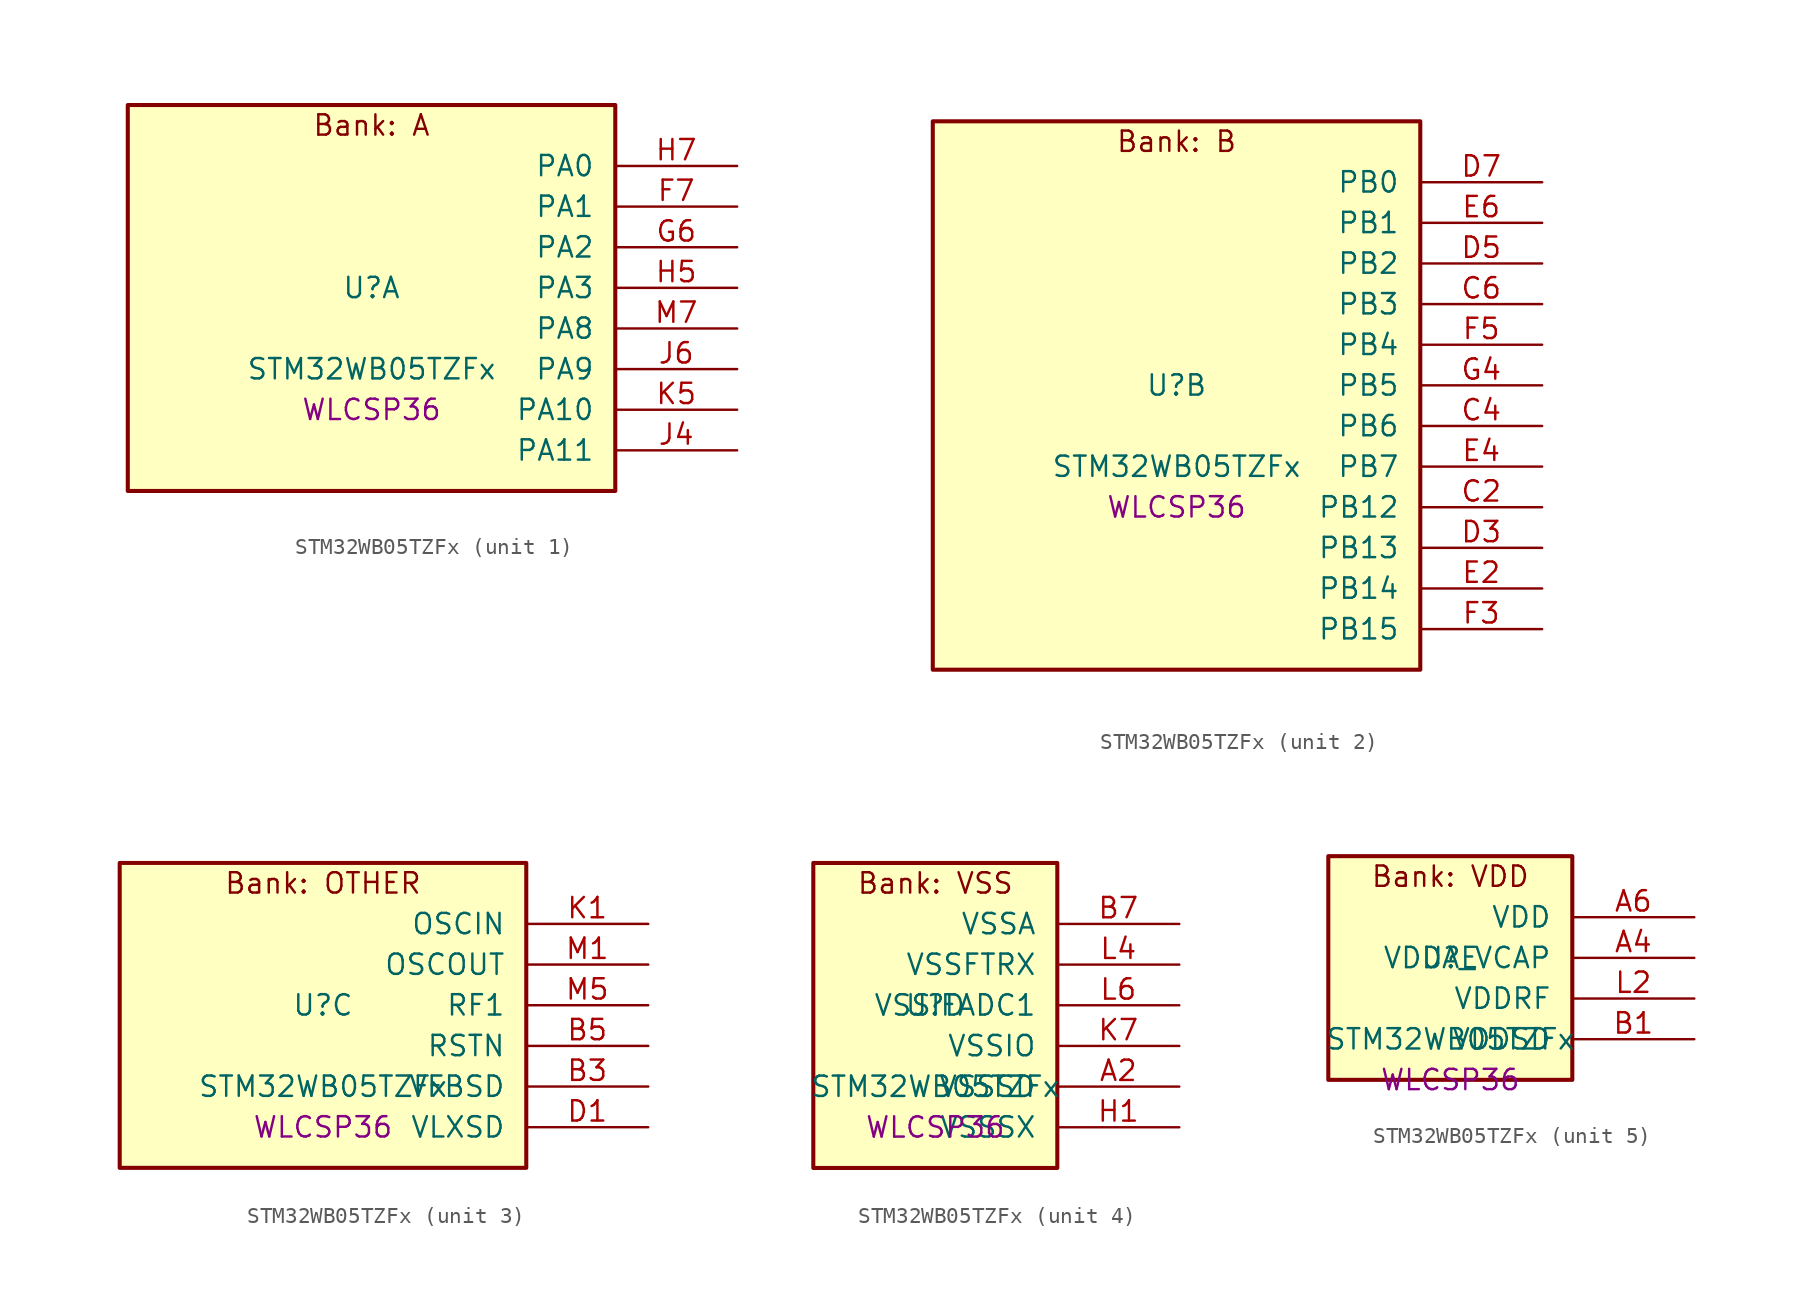
<source format=kicad_sym>
(kicad_symbol_lib
  (version 20241209)
  (generator "stm32_pkl_generator")
  (generator_version "1.0")
  (symbol "STM32WB05TZFx"
    (pin_names
      (offset 1.27))
    (property "Reference" "U"
      (at 0 2.54 0))
    (property "Value" "STM32WB05TZFx"
      (at 0 -2.54 0))
    (property "Footprint" "WLCSP36"
      (at 0 -5.08 0))
    (symbol "STM32WB05TZFx_1_1"
      (rectangle (start -15.24 13.97) (end 15.24 -10.16) (stroke (width 0.254) (type solid)) (fill (type background)))
      (text "Bank: A" (at 0 12.7 0))
      (pin bidirectional line (at 22.86 10.16 180) (length 7.62) (name "PA0") (number "H7") (alternate "PA0/I2C1_SCL" bidirectional line) (alternate "PA0/IR_OUT" bidirectional line) (alternate "PA0/PWR_WKUP12" bidirectional line) (alternate "PA0/TIM2_CH3" bidirectional line) (alternate "PA0/USART1_CTS" bidirectional line))
      (pin bidirectional line (at 22.86 7.62 180) (length 7.62) (name "PA1") (number "F7") (alternate "PA1/I2C1_SDA" bidirectional line) (alternate "PA1/IR_OUT" bidirectional line) (alternate "PA1/PWR_WKUP13" bidirectional line) (alternate "PA1/TIM2_CH4" bidirectional line) (alternate "PA1/USART1_TX" bidirectional line))
      (pin bidirectional line (at 22.86 5.08 180) (length 7.62) (name "PA2") (number "G6") (alternate "PA2/ADC1_VINM2" bidirectional line) (alternate "PA2/DEBUG_SWDIO" bidirectional line) (alternate "PA2/I2S3_MCK" bidirectional line) (alternate "PA2/PWR_WKUP14" bidirectional line) (alternate "PA2/TIM16_CH1" bidirectional line) (alternate "PA2/TIM2_CH1" bidirectional line) (alternate "PA2/USART1_CK" bidirectional line))
      (pin bidirectional line (at 22.86 2.54 180) (length 7.62) (name "PA3") (number "H5") (alternate "PA3/ADC1_VINP2" bidirectional line) (alternate "PA3/DEBUG_SWCLK" bidirectional line) (alternate "PA3/I2S3_SCK" bidirectional line) (alternate "PA3/PWR_WKUP15" bidirectional line) (alternate "PA3/SPI3_SCK" bidirectional line) (alternate "PA3/TIM16_CH1N" bidirectional line) (alternate "PA3/TIM2_CH2" bidirectional line) (alternate "PA3/USART1_DE" bidirectional line) (alternate "PA3/USART1_RTS" bidirectional line))
      (pin bidirectional line (at 22.86 0 180) (length 7.62) (name "PA8") (number "M7") (alternate "PA8/PWR_WKUP8" bidirectional line) (alternate "PA8/RADIO_RX_SEQUENCE" bidirectional line) (alternate "PA8/RTC_OUT" bidirectional line) (alternate "PA8/SPI3_MISO" bidirectional line) (alternate "PA8/TIM16_BK" bidirectional line) (alternate "PA8/TIM2_CH3" bidirectional line) (alternate "PA8/USART1_RX" bidirectional line))
      (pin bidirectional line (at 22.86 -2.54 180) (length 7.62) (name "PA9") (number "J6") (alternate "PA9/I2S3_WS" bidirectional line) (alternate "PA9/PWR_WKUP9" bidirectional line) (alternate "PA9/RTC_OUT" bidirectional line) (alternate "PA9/SPI3_NSS" bidirectional line) (alternate "PA9/TIM17_CH1" bidirectional line) (alternate "PA9/TIM2_CH4" bidirectional line) (alternate "PA9/USART1_TX" bidirectional line))
      (pin bidirectional line (at 22.86 -5.08 180) (length 7.62) (name "PA10") (number "K5") (alternate "PA10/I2S3_MCK" bidirectional line) (alternate "PA10/LPUART1_CTS" bidirectional line) (alternate "PA10/PWR_WKUP10" bidirectional line) (alternate "PA10/RADIO_TX_SEQUENCE" bidirectional line) (alternate "PA10/RCC_LCO" bidirectional line) (alternate "PA10/TIM17_CH1N" bidirectional line))
      (pin bidirectional line (at 22.86 -7.62 180) (length 7.62) (name "PA11") (number "J4") (alternate "PA11/I2S3_SD" bidirectional line) (alternate "PA11/PWR_WKUP11" bidirectional line) (alternate "PA11/RADIO_RX_SEQUENCE" bidirectional line) (alternate "PA11/RCC_MCO" bidirectional line) (alternate "PA11/SPI3_MOSI" bidirectional line) (alternate "PA11/TIM17_BK" bidirectional line)))
    (symbol "STM32WB05TZFx_2_1"
      (rectangle (start -15.24 19.05) (end 15.24 -15.24) (stroke (width 0.254) (type solid)) (fill (type background)))
      (text "Bank: B" (at 0 17.78 0))
      (pin bidirectional line (at 22.86 15.24 180) (length 7.62) (name "PB0") (number "D7") (alternate "PB0/ADC1_VINM1" bidirectional line) (alternate "PB0/LPUART1_DE" bidirectional line) (alternate "PB0/LPUART1_RTS" bidirectional line) (alternate "PB0/PWR_WKUP0" bidirectional line) (alternate "PB0/RADIO_ANTENNA_ID_0" bidirectional line) (alternate "PB0/TIM16_CH1" bidirectional line) (alternate "PB0/USART1_RX" bidirectional line))
      (pin bidirectional line (at 22.86 12.7 180) (length 7.62) (name "PB1") (number "E6") (alternate "PB1/ADC1_VINP1" bidirectional line) (alternate "PB1/PWR_WKUP1" bidirectional line) (alternate "PB1/RADIO_ANTENNA_ID_1" bidirectional line) (alternate "PB1/TIM16_CH1N" bidirectional line) (alternate "PB1/TIM2_ETR" bidirectional line) (alternate "PB1/USART1_CK" bidirectional line))
      (pin bidirectional line (at 22.86 10.16 180) (length 7.62) (name "PB2") (number "D5") (alternate "PB2/ADC1_VINM0" bidirectional line) (alternate "PB2/PWR_WKUP2" bidirectional line) (alternate "PB2/RADIO_ANTENNA_ID_2" bidirectional line) (alternate "PB2/TIM16_BK" bidirectional line) (alternate "PB2/TIM2_CH3" bidirectional line) (alternate "PB2/USART1_DE" bidirectional line) (alternate "PB2/USART1_RTS" bidirectional line))
      (pin bidirectional line (at 22.86 7.62 180) (length 7.62) (name "PB3") (number "C6") (alternate "PB3/ADC1_VINP0" bidirectional line) (alternate "PB3/I2S3_SCK" bidirectional line) (alternate "PB3/LPUART1_TX" bidirectional line) (alternate "PB3/PWR_WKUP3" bidirectional line) (alternate "PB3/RADIO_ANTENNA_ID_3" bidirectional line) (alternate "PB3/SPI3_SCK" bidirectional line) (alternate "PB3/TIM17_CH1" bidirectional line) (alternate "PB3/TIM2_CH4" bidirectional line) (alternate "PB3/USART1_CTS" bidirectional line))
      (pin bidirectional line (at 22.86 5.08 180) (length 7.62) (name "PB4") (number "F5") (alternate "PB4/ADC1_VINM3" bidirectional line) (alternate "PB4/LPUART1_TX" bidirectional line) (alternate "PB4/PWR_WKUP4" bidirectional line) (alternate "PB4/RADIO_ANTENNA_ID_4" bidirectional line) (alternate "PB4/TIM17_CH1N" bidirectional line) (alternate "PB4/TIM2_CH1" bidirectional line))
      (pin bidirectional line (at 22.86 2.54 180) (length 7.62) (name "PB5") (number "G4") (alternate "PB5/ADC1_VINP3" bidirectional line) (alternate "PB5/LPUART1_RX" bidirectional line) (alternate "PB5/PWR_WKUP5" bidirectional line) (alternate "PB5/RADIO_ANTENNA_ID_5" bidirectional line) (alternate "PB5/TIM17_BK" bidirectional line) (alternate "PB5/TIM2_CH2" bidirectional line))
      (pin bidirectional line (at 22.86 0 180) (length 7.62) (name "PB6") (number "C4") (alternate "PB6/I2C1_SCL" bidirectional line) (alternate "PB6/LPUART1_TX" bidirectional line) (alternate "PB6/PWR_WKUP6" bidirectional line) (alternate "PB6/RADIO_ANTENNA_ID_6" bidirectional line) (alternate "PB6/TIM17_CH1" bidirectional line) (alternate "PB6/TIM2_CH1" bidirectional line))
      (pin bidirectional line (at 22.86 -2.54 180) (length 7.62) (name "PB7") (number "E4") (alternate "PB7/I2C1_SDA" bidirectional line) (alternate "PB7/LPUART1_RX" bidirectional line) (alternate "PB7/PWR_WKUP7" bidirectional line) (alternate "PB7/RADIO_ACTIVITY" bidirectional line) (alternate "PB7/TIM2_CH2" bidirectional line) (alternate "PB7/USART1_CTS" bidirectional line))
      (pin bidirectional line (at 22.86 -5.08 180) (length 7.62) (name "PB12") (number "C2") (alternate "PB12/LPUART1_CTS" bidirectional line) (alternate "PB12/PWR_WKUP16" bidirectional line) (alternate "PB12/RCC_LCO" bidirectional line) (alternate "PB12/RCC_OSC32_OUT" bidirectional line) (alternate "PB12/TIM2_CH3" bidirectional line))
      (pin bidirectional line (at 22.86 -7.62 180) (length 7.62) (name "PB13") (number "D3") (alternate "PB13/PWR_WKUP17" bidirectional line) (alternate "PB13/RCC_OSC32_IN" bidirectional line) (alternate "PB13/TIM2_CH4" bidirectional line))
      (pin bidirectional line (at 22.86 -10.16 180) (length 7.62) (name "PB14") (number "E2") (alternate "PB14/I2C1_SDA" bidirectional line) (alternate "PB14/PWR_PVD_IN" bidirectional line) (alternate "PB14/PWR_WKUP18" bidirectional line) (alternate "PB14/RADIO_TX_SEQUENCE" bidirectional line) (alternate "PB14/RCC_MCO" bidirectional line) (alternate "PB14/TIM2_ETR" bidirectional line) (alternate "PB14/USART1_RX" bidirectional line))
      (pin bidirectional line (at 22.86 -12.7 180) (length 7.62) (name "PB15") (number "F3") (alternate "PB15/PWR_WKUP19" bidirectional line) (alternate "PB15/USART1_TX" bidirectional line)))
    (symbol "STM32WB05TZFx_3_1"
      (rectangle (start -12.7 11.43) (end 12.7 -7.62) (stroke (width 0.254) (type solid)) (fill (type background)))
      (text "Bank: OTHER" (at 0 10.16 0))
      (pin bidirectional line (at 20.32 7.62 180) (length 7.62) (name "OSCIN") (number "K1") (alternate "OSCIN/RCC_OSC_IN" bidirectional line))
      (pin bidirectional line (at 20.32 5.08 180) (length 7.62) (name "OSCOUT") (number "M1") (alternate "OSCOUT/RCC_OSC_OUT" bidirectional line))
      (pin bidirectional line (at 20.32 2.54 180) (length 7.62) (name "RF1") (number "M5") (alternate "RF1/RADIO_RF1" bidirectional line))
      (pin power_in line (at 20.32 0 180) (length 7.62) (name "RSTN") (number "B5"))
      (pin power_in line (at 20.32 -2.54 180) (length 7.62) (name "VFBSD") (number "B3"))
      (pin power_in line (at 20.32 -5.08 180) (length 7.62) (name "VLXSD") (number "D1")))
    (symbol "STM32WB05TZFx_4_1"
      (rectangle (start -7.62 11.43) (end 7.62 -7.62) (stroke (width 0.254) (type solid)) (fill (type background)))
      (text "Bank: VSS" (at 0 10.16 0))
      (pin power_in line (at 15.24 7.62 180) (length 7.62) (name "VSSA") (number "B7"))
      (pin power_in line (at 15.24 5.08 180) (length 7.62) (name "VSSFTRX") (number "L4"))
      (pin power_in line (at 15.24 2.54 180) (length 7.62) (name "VSSIFADC1") (number "L6"))
      (pin power_in line (at 15.24 0 180) (length 7.62) (name "VSSIO") (number "K7"))
      (pin power_in line (at 15.24 -2.54 180) (length 7.62) (name "VSSSD") (number "A2"))
      (pin power_in line (at 15.24 -5.08 180) (length 7.62) (name "VSSSX") (number "H1")))
    (symbol "STM32WB05TZFx_5_1"
      (rectangle (start -7.62 8.89) (end 7.62 -5.08) (stroke (width 0.254) (type solid)) (fill (type background)))
      (text "Bank: VDD" (at 0 7.62 0))
      (pin power_in line (at 15.24 5.08 180) (length 7.62) (name "VDD") (number "A6"))
      (pin power_in line (at 15.24 2.54 180) (length 7.62) (name "VDDA_VCAP") (number "A4"))
      (pin power_in line (at 15.24 0 180) (length 7.62) (name "VDDRF") (number "L2"))
      (pin power_in line (at 15.24 -2.54 180) (length 7.62) (name "VDDSD") (number "B1")))))
</source>
